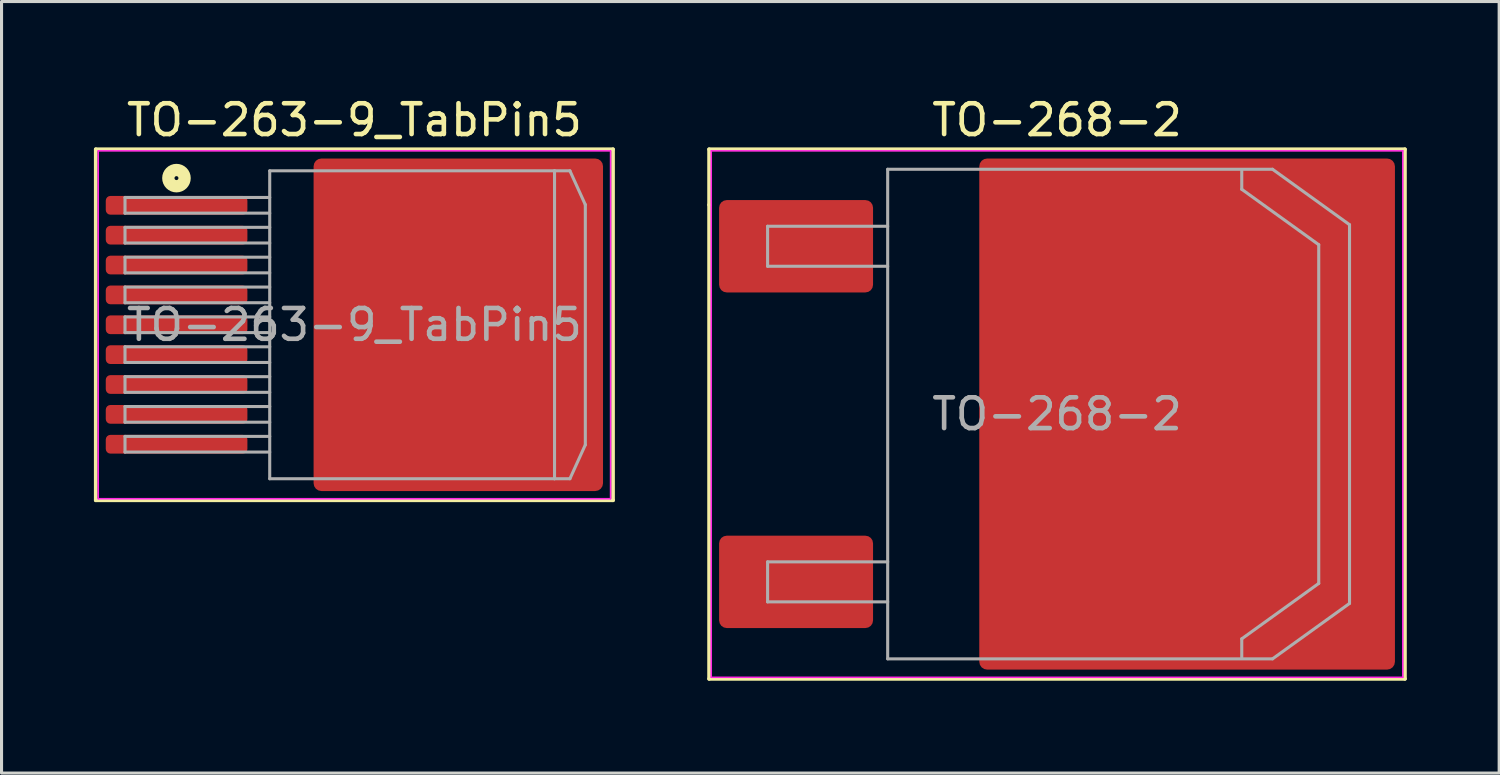
<source format=kicad_pcb>
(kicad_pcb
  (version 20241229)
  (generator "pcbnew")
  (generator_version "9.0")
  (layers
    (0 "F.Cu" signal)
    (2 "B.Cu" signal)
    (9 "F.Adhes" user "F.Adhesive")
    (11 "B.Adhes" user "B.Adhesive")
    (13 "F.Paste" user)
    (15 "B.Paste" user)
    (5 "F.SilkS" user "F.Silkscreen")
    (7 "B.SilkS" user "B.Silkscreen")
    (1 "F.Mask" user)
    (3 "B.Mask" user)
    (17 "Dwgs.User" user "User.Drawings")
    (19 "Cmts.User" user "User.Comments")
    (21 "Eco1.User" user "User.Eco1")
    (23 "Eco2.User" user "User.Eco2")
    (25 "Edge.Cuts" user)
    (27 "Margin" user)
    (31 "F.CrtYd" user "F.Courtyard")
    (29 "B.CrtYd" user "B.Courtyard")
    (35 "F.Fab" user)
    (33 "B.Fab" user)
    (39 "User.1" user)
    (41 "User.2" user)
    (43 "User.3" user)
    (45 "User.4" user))
  (footprint "TO-268-2"
    (layer "F.Cu")
    (at 31.28 10.398)
    (property "Reference" "TO-268-2" (at 0 -9.55 0) (layer "F.SilkS") (effects (font (size 1 1) (thickness 0.15))))
    (attr smd)
    (fp_line (start -11.3 -8.6) (end 11.3 -8.6) (stroke (width 0.12) (type solid)) (layer "F.SilkS"))
    (fp_line (start -11.3 -6.795) (end -11.3 -8.6) (stroke (width 0.12) (type solid)) (layer "F.SilkS"))
    (fp_line (start -11.3 8.6) (end -11.3 -6.795) (stroke (width 0.12) (type solid)) (layer "F.SilkS"))
    (fp_line (start 11.3 -8.6) (end 11.3 8.6) (stroke (width 0.12) (type solid)) (layer "F.SilkS"))
    (fp_line (start 11.3 8.6) (end -11.3 8.6) (stroke (width 0.12) (type solid)) (layer "F.SilkS"))
    (fp_line (start -11.23 -8.55) (end -11.23 8.55) (stroke (width 0.05) (type solid)) (layer "F.CrtYd"))
    (fp_line (start -11.23 8.55) (end 11.23 8.55) (stroke (width 0.05) (type solid)) (layer "F.CrtYd"))
    (fp_line (start 11.23 -8.55) (end -11.23 -8.55) (stroke (width 0.05) (type solid)) (layer "F.CrtYd"))
    (fp_line (start 11.23 8.55) (end 11.23 -8.55) (stroke (width 0.05) (type solid)) (layer "F.CrtYd"))
    (fp_line (start -9.4 -6.1) (end -9.4 -4.8) (stroke (width 0.1) (type solid)) (layer "F.Fab"))
    (fp_line (start -9.4 -4.8) (end -5.5 -4.8) (stroke (width 0.1) (type solid)) (layer "F.Fab"))
    (fp_line (start -9.4 4.8) (end -9.4 6.1) (stroke (width 0.1) (type solid)) (layer "F.Fab"))
    (fp_line (start -9.4 6.1) (end -5.5 6.1) (stroke (width 0.1) (type solid)) (layer "F.Fab"))
    (fp_line (start -5.5 -7.95) (end 7 -7.95) (stroke (width 0.1) (type solid)) (layer "F.Fab"))
    (fp_line (start -5.5 -6.1) (end -9.4 -6.1) (stroke (width 0.1) (type solid)) (layer "F.Fab"))
    (fp_line (start -5.5 4.8) (end -9.4 4.8) (stroke (width 0.1) (type solid)) (layer "F.Fab"))
    (fp_line (start -5.5 7.95) (end -5.5 -7.95) (stroke (width 0.1) (type solid)) (layer "F.Fab"))
    (fp_line (start 6 -7.3) (end 6 -7.9) (stroke (width 0.1) (type solid)) (layer "F.Fab"))
    (fp_line (start 6 7.3) (end 8.5 5.5) (stroke (width 0.1) (type solid)) (layer "F.Fab"))
    (fp_line (start 6 7.9) (end 6 7.3) (stroke (width 0.1) (type solid)) (layer "F.Fab"))
    (fp_line (start 7 7.95) (end -5.5 7.95) (stroke (width 0.1) (type solid)) (layer "F.Fab"))
    (fp_line (start 7 7.95) (end 9.5 6.15) (stroke (width 0.1) (type solid)) (layer "F.Fab"))
    (fp_line (start 8.5 -5.5) (end 6 -7.3) (stroke (width 0.1) (type solid)) (layer "F.Fab"))
    (fp_line (start 8.5 -5.5) (end 8.5 5.5) (stroke (width 0.1) (type solid)) (layer "F.Fab"))
    (fp_line (start 9.5 -6.15) (end 7 -7.95) (stroke (width 0.1) (type solid)) (layer "F.Fab"))
    (fp_line (start 9.5 -6.15) (end 9.5 6.15) (stroke (width 0.1) (type solid)) (layer "F.Fab"))
    (fp_text user "${REFERENCE}" (at 0 0 0) (layer "F.Fab") (effects (font (size 1 1) (thickness 0.15))))
    (pad "" smd roundrect (at -0.6 -6.4) (size 2.8 2.8) (layers "F.Paste") (roundrect_rratio 0.083))
    (pad "" smd roundrect (at -0.6 -3.2) (size 2.8 2.8) (layers "F.Paste") (roundrect_rratio 0.083))
    (pad "" smd roundrect (at -0.6 0) (size 2.8 2.8) (layers "F.Paste") (roundrect_rratio 0.083))
    (pad "" smd roundrect (at -0.6 3.2) (size 2.8 2.8) (layers "F.Paste") (roundrect_rratio 0.083))
    (pad "" smd roundrect (at -0.6 6.4) (size 2.8 2.8) (layers "F.Paste") (roundrect_rratio 0.083))
    (pad "" smd roundrect (at 2.6 -6.4) (size 2.8 2.8) (layers "F.Paste") (roundrect_rratio 0.083))
    (pad "" smd roundrect (at 2.6 -3.2) (size 2.8 2.8) (layers "F.Paste") (roundrect_rratio 0.083))
    (pad "" smd roundrect (at 2.6 0) (size 2.8 2.8) (layers "F.Paste") (roundrect_rratio 0.083))
    (pad "" smd roundrect (at 2.6 3.2) (size 2.8 2.8) (layers "F.Paste") (roundrect_rratio 0.083))
    (pad "" smd roundrect (at 2.6 6.4) (size 2.8 2.8) (layers "F.Paste") (roundrect_rratio 0.083))
    (pad "" smd roundrect (at 5.8 -6.4) (size 2.8 2.8) (layers "F.Paste") (roundrect_rratio 0.083))
    (pad "" smd roundrect (at 5.8 -3.2) (size 2.8 2.8) (layers "F.Paste") (roundrect_rratio 0.083))
    (pad "" smd roundrect (at 5.8 0) (size 2.8 2.8) (layers "F.Paste") (roundrect_rratio 0.083))
    (pad "" smd roundrect (at 5.8 3.2) (size 2.8 2.8) (layers "F.Paste") (roundrect_rratio 0.083))
    (pad "" smd roundrect (at 5.8 6.4) (size 2.8 2.8) (layers "F.Paste") (roundrect_rratio 0.083))
    (pad "" smd roundrect (at 9 -6.4) (size 2.8 2.8) (layers "F.Paste") (roundrect_rratio 0.083))
    (pad "" smd roundrect (at 9 -3.2) (size 2.8 2.8) (layers "F.Paste") (roundrect_rratio 0.083))
    (pad "" smd roundrect (at 9 0) (size 2.8 2.8) (layers "F.Paste") (roundrect_rratio 0.083))
    (pad "" smd roundrect (at 9 3.2) (size 2.8 2.8) (layers "F.Paste") (roundrect_rratio 0.083))
    (pad "" smd roundrect (at 9 6.4) (size 2.8 2.8) (layers "F.Paste") (roundrect_rratio 0.083))
    (pad "1" smd roundrect (at -8.475 -5.45) (size 5 3) (layers "F.Cu" "F.Mask" "F.Paste") (roundrect_rratio 0.083))
    (pad "2" smd roundrect (at 4.225 0) (size 13.5 16.6) (layers "F.Cu" "F.Mask") (roundrect_rratio 0.019))
    (pad "3" smd roundrect (at -8.475 5.45) (size 5 3) (layers "F.Cu" "F.Mask" "F.Paste") (roundrect_rratio 0.083)))
  (footprint "TO-263-9_TabPin5"
    (layer "F.Cu")
    (at 8.46 7.498)
    (property "Reference" "TO-263-9_TabPin5" (at 0 -6.65 0) (layer "F.SilkS") (effects (font (size 1 1) (thickness 0.15))))
    (attr smd)
    (fp_line (start -8.4 -5.7) (end -8.4 5.7) (stroke (width 0.12) (type solid)) (layer "F.SilkS"))
    (fp_line (start -8.4 5.7) (end 8.4 5.7) (stroke (width 0.12) (type solid)) (layer "F.SilkS"))
    (fp_line (start 8.4 -5.7) (end -8.4 -5.7) (stroke (width 0.12) (type solid)) (layer "F.SilkS"))
    (fp_line (start 8.4 5.7) (end 8.4 -5.7) (stroke (width 0.12) (type solid)) (layer "F.SilkS"))
    (fp_circle (center -5.779 -4.763) (end -5.715 -4.763) (stroke (width 0.4) (type solid)) (fill no) (layer "F.SilkS"))
    (fp_line (start -8.32 -5.65) (end -8.32 5.65) (stroke (width 0.05) (type solid)) (layer "F.CrtYd"))
    (fp_line (start -8.32 5.65) (end 8.32 5.65) (stroke (width 0.05) (type solid)) (layer "F.CrtYd"))
    (fp_line (start 8.32 -5.65) (end -8.32 -5.65) (stroke (width 0.05) (type solid)) (layer "F.CrtYd"))
    (fp_line (start 8.32 5.65) (end 8.32 -5.65) (stroke (width 0.05) (type solid)) (layer "F.CrtYd"))
    (fp_line (start -7.45 -4.135) (end -7.45 -3.625) (stroke (width 0.1) (type solid)) (layer "F.Fab"))
    (fp_line (start -7.45 -3.625) (end -2.75 -3.625) (stroke (width 0.1) (type solid)) (layer "F.Fab"))
    (fp_line (start -7.45 -3.165) (end -7.45 -2.655) (stroke (width 0.1) (type solid)) (layer "F.Fab"))
    (fp_line (start -7.45 -2.655) (end -2.75 -2.655) (stroke (width 0.1) (type solid)) (layer "F.Fab"))
    (fp_line (start -7.45 -2.195) (end -7.45 -1.685) (stroke (width 0.1) (type solid)) (layer "F.Fab"))
    (fp_line (start -7.45 -1.685) (end -2.75 -1.685) (stroke (width 0.1) (type solid)) (layer "F.Fab"))
    (fp_line (start -7.45 -1.225) (end -7.45 -0.715) (stroke (width 0.1) (type solid)) (layer "F.Fab"))
    (fp_line (start -7.45 -0.715) (end -2.75 -0.715) (stroke (width 0.1) (type solid)) (layer "F.Fab"))
    (fp_line (start -7.45 -0.255) (end -7.45 0.255) (stroke (width 0.1) (type solid)) (layer "F.Fab"))
    (fp_line (start -7.45 0.255) (end -2.75 0.255) (stroke (width 0.1) (type solid)) (layer "F.Fab"))
    (fp_line (start -7.45 0.715) (end -7.45 1.225) (stroke (width 0.1) (type solid)) (layer "F.Fab"))
    (fp_line (start -7.45 1.225) (end -2.75 1.225) (stroke (width 0.1) (type solid)) (layer "F.Fab"))
    (fp_line (start -7.45 1.685) (end -7.45 2.195) (stroke (width 0.1) (type solid)) (layer "F.Fab"))
    (fp_line (start -7.45 2.195) (end -2.75 2.195) (stroke (width 0.1) (type solid)) (layer "F.Fab"))
    (fp_line (start -7.45 2.655) (end -7.45 3.165) (stroke (width 0.1) (type solid)) (layer "F.Fab"))
    (fp_line (start -7.45 3.165) (end -2.75 3.165) (stroke (width 0.1) (type solid)) (layer "F.Fab"))
    (fp_line (start -7.45 3.625) (end -7.45 4.135) (stroke (width 0.1) (type solid)) (layer "F.Fab"))
    (fp_line (start -7.45 4.135) (end -2.75 4.135) (stroke (width 0.1) (type solid)) (layer "F.Fab"))
    (fp_line (start -2.75 -5) (end 6.5 -5) (stroke (width 0.1) (type solid)) (layer "F.Fab"))
    (fp_line (start -2.75 -4.135) (end -7.45 -4.135) (stroke (width 0.1) (type solid)) (layer "F.Fab"))
    (fp_line (start -2.75 -3.165) (end -7.45 -3.165) (stroke (width 0.1) (type solid)) (layer "F.Fab"))
    (fp_line (start -2.75 -2.195) (end -7.45 -2.195) (stroke (width 0.1) (type solid)) (layer "F.Fab"))
    (fp_line (start -2.75 -1.225) (end -7.45 -1.225) (stroke (width 0.1) (type solid)) (layer "F.Fab"))
    (fp_line (start -2.75 -0.255) (end -7.45 -0.255) (stroke (width 0.1) (type solid)) (layer "F.Fab"))
    (fp_line (start -2.75 0.715) (end -7.45 0.715) (stroke (width 0.1) (type solid)) (layer "F.Fab"))
    (fp_line (start -2.75 1.685) (end -7.45 1.685) (stroke (width 0.1) (type solid)) (layer "F.Fab"))
    (fp_line (start -2.75 2.655) (end -7.45 2.655) (stroke (width 0.1) (type solid)) (layer "F.Fab"))
    (fp_line (start -2.75 3.625) (end -7.45 3.625) (stroke (width 0.1) (type solid)) (layer "F.Fab"))
    (fp_line (start -2.75 5) (end -2.75 -5) (stroke (width 0.1) (type solid)) (layer "F.Fab"))
    (fp_line (start 6.5 -5) (end 6.5 5) (stroke (width 0.1) (type solid)) (layer "F.Fab"))
    (fp_line (start 6.5 -5) (end 7 -5) (stroke (width 0.1) (type solid)) (layer "F.Fab"))
    (fp_line (start 6.5 5) (end -2.75 5) (stroke (width 0.1) (type solid)) (layer "F.Fab"))
    (fp_line (start 6.5 5) (end 7 5) (stroke (width 0.1) (type solid)) (layer "F.Fab"))
    (fp_line (start 7 -5) (end 7.5 -3.9) (stroke (width 0.1) (type solid)) (layer "F.Fab"))
    (fp_line (start 7 5) (end 7.5 3.9) (stroke (width 0.1) (type solid)) (layer "F.Fab"))
    (fp_line (start 7.5 -3.9) (end 7.5 3.9) (stroke (width 0.1) (type solid)) (layer "F.Fab"))
    (fp_text user "${REFERENCE}" (at 0 0 0) (layer "F.Fab") (effects (font (size 1 1) (thickness 0.15))))
    (pad "" smd roundrect (at -0.1 -3.9) (size 2 2.3) (layers "F.Paste") (roundrect_rratio 0.125))
    (pad "" smd roundrect (at -0.1 -1.3) (size 2 2.3) (layers "F.Paste") (roundrect_rratio 0.125))
    (pad "" smd roundrect (at -0.1 1.3) (size 2 2.3) (layers "F.Paste") (roundrect_rratio 0.125))
    (pad "" smd roundrect (at -0.1 3.9) (size 2 2.3) (layers "F.Paste") (roundrect_rratio 0.125))
    (pad "" smd roundrect (at 2.2 -3.9) (size 2 2.3) (layers "F.Paste") (roundrect_rratio 0.125))
    (pad "" smd roundrect (at 2.2 -1.3) (size 2 2.3) (layers "F.Paste") (roundrect_rratio 0.125))
    (pad "" smd roundrect (at 2.2 1.3) (size 2 2.3) (layers "F.Paste") (roundrect_rratio 0.125))
    (pad "" smd roundrect (at 2.2 3.9) (size 2 2.3) (layers "F.Paste") (roundrect_rratio 0.125))
    (pad "" smd roundrect (at 4.5 -3.9) (size 2 2.3) (layers "F.Paste") (roundrect_rratio 0.125))
    (pad "" smd roundrect (at 4.5 -1.3) (size 2 2.3) (layers "F.Paste") (roundrect_rratio 0.125))
    (pad "" smd roundrect (at 4.5 1.3) (size 2 2.3) (layers "F.Paste") (roundrect_rratio 0.125))
    (pad "" smd roundrect (at 4.5 3.9) (size 2 2.3) (layers "F.Paste") (roundrect_rratio 0.125))
    (pad "" smd roundrect (at 6.8 -3.9) (size 2 2.3) (layers "F.Paste") (roundrect_rratio 0.125))
    (pad "" smd roundrect (at 6.8 -1.3) (size 2 2.3) (layers "F.Paste") (roundrect_rratio 0.125))
    (pad "" smd roundrect (at 6.8 1.3) (size 2 2.3) (layers "F.Paste") (roundrect_rratio 0.125))
    (pad "" smd roundrect (at 6.8 3.9) (size 2 2.3) (layers "F.Paste") (roundrect_rratio 0.125))
    (pad "1" smd roundrect (at -5.775 -3.88) (size 4.6 0.61) (layers "F.Cu" "F.Mask" "F.Paste") (roundrect_rratio 0.25))
    (pad "2" smd roundrect (at -5.775 -2.91) (size 4.6 0.61) (layers "F.Cu" "F.Mask" "F.Paste") (roundrect_rratio 0.25))
    (pad "3" smd roundrect (at -5.775 -1.94) (size 4.6 0.61) (layers "F.Cu" "F.Mask" "F.Paste") (roundrect_rratio 0.25))
    (pad "4" smd roundrect (at -5.775 -0.97) (size 4.6 0.61) (layers "F.Cu" "F.Mask" "F.Paste") (roundrect_rratio 0.25))
    (pad "5" smd roundrect (at -5.775 0) (size 4.6 0.61) (layers "F.Cu" "F.Mask" "F.Paste") (roundrect_rratio 0.25))
    (pad "5" smd roundrect (at 3.375 0) (size 9.4 10.8) (layers "F.Cu" "F.Mask") (roundrect_rratio 0.027))
    (pad "6" smd roundrect (at -5.775 0.97) (size 4.6 0.61) (layers "F.Cu" "F.Mask" "F.Paste") (roundrect_rratio 0.25))
    (pad "7" smd roundrect (at -5.775 1.94) (size 4.6 0.61) (layers "F.Cu" "F.Mask" "F.Paste") (roundrect_rratio 0.25))
    (pad "8" smd roundrect (at -5.775 2.91) (size 4.6 0.61) (layers "F.Cu" "F.Mask" "F.Paste") (roundrect_rratio 0.25))
    (pad "9" smd roundrect (at -5.775 3.88) (size 4.6 0.61) (layers "F.Cu" "F.Mask" "F.Paste") (roundrect_rratio 0.25)))
  (gr_rect
    (start -3 -3)
    (end 45.64 22.058)
    (stroke (width 0.1) (type default))
    (fill no)
    (layer "Edge.Cuts")))
</source>
